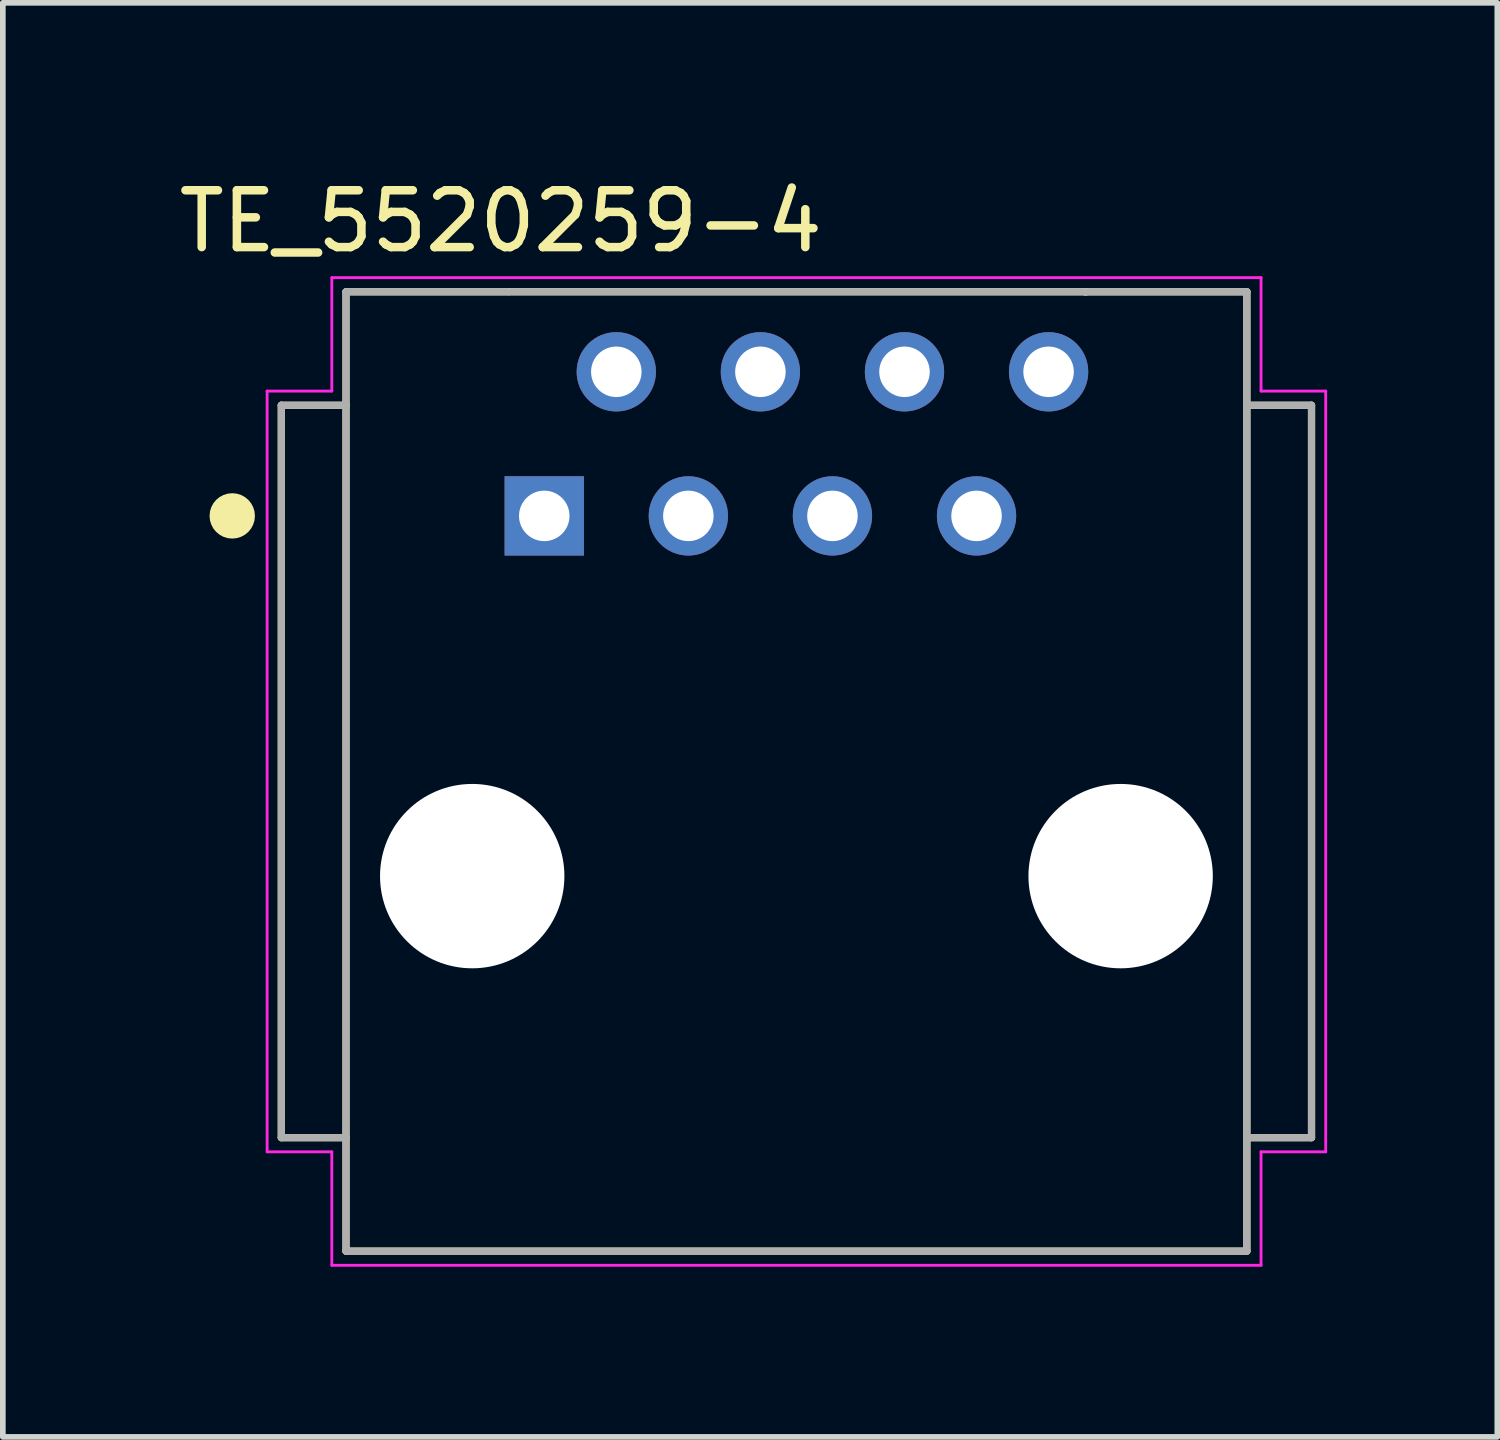
<source format=kicad_pcb>
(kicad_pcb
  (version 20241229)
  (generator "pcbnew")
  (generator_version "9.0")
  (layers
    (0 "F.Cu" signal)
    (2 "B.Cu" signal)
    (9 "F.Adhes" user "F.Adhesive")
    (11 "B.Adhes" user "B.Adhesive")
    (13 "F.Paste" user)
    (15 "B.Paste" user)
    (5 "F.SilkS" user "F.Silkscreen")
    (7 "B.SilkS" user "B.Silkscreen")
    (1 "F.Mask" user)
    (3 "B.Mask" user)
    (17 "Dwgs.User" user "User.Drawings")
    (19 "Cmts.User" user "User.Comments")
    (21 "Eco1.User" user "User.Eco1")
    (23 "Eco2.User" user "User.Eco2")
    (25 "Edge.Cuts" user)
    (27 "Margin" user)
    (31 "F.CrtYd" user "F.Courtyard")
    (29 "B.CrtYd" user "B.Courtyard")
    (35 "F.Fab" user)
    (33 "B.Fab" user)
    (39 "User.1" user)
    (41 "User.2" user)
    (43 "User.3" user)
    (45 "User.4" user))
  (footprint "TE_5520259-4"
    (layer "F.Cu")
    (at 10.989 12.394)
    (property "Reference" "TE_5520259-4" (at -5.211 -11.544 0) (layer "F.SilkS") (effects (font (size 1.002 1.002) (thickness 0.15))))
    (attr through_hole)
    (fp_line (start -9.08 -8.3) (end -9.08 4.61) (stroke (width 0.127) (type solid)) (layer "F.SilkS"))
    (fp_line (start -9.08 4.61) (end -7.94 4.61) (stroke (width 0.127) (type solid)) (layer "F.SilkS"))
    (fp_line (start -7.94 -10.3) (end -7.94 -8.3) (stroke (width 0.127) (type solid)) (layer "F.SilkS"))
    (fp_line (start -7.94 -10.3) (end -5.08 -10.3) (stroke (width 0.127) (type solid)) (layer "F.SilkS"))
    (fp_line (start -7.94 -8.3) (end -9.08 -8.3) (stroke (width 0.127) (type solid)) (layer "F.SilkS"))
    (fp_line (start -7.94 -8.3) (end -7.94 4.61) (stroke (width 0.127) (type solid)) (layer "F.SilkS"))
    (fp_line (start -7.94 4.61) (end -7.94 6.61) (stroke (width 0.127) (type solid)) (layer "F.SilkS"))
    (fp_line (start -7.94 6.61) (end 7.94 6.61) (stroke (width 0.127) (type solid)) (layer "F.SilkS"))
    (fp_line (start -5.066 -10.301) (end 5.104 -10.301) (stroke (width 0.127) (type solid)) (layer "F.SilkS"))
    (fp_line (start 5.104 -10.301) (end 5.104 -10.299) (stroke (width 0.127) (type solid)) (layer "F.SilkS"))
    (fp_line (start 7.94 -10.3) (end 5.08 -10.3) (stroke (width 0.127) (type solid)) (layer "F.SilkS"))
    (fp_line (start 7.94 -8.3) (end 7.94 -10.3) (stroke (width 0.127) (type solid)) (layer "F.SilkS"))
    (fp_line (start 7.94 -8.3) (end 9.08 -8.3) (stroke (width 0.127) (type solid)) (layer "F.SilkS"))
    (fp_line (start 7.94 4.61) (end 7.94 -8.3) (stroke (width 0.127) (type solid)) (layer "F.SilkS"))
    (fp_line (start 7.94 6.61) (end 7.94 4.61) (stroke (width 0.127) (type solid)) (layer "F.SilkS"))
    (fp_line (start 9.08 -8.3) (end 9.08 4.61) (stroke (width 0.127) (type solid)) (layer "F.SilkS"))
    (fp_line (start 9.08 4.61) (end 7.94 4.61) (stroke (width 0.127) (type solid)) (layer "F.SilkS"))
    (fp_circle (center -9.945 -6.35) (end -9.745 -6.35) (stroke (width 0.4) (type solid)) (fill no) (layer "F.SilkS"))
    (fp_line (start -9.33 -8.55) (end -8.19 -8.55) (stroke (width 0.05) (type solid)) (layer "F.CrtYd"))
    (fp_line (start -9.33 4.86) (end -9.33 -8.55) (stroke (width 0.05) (type solid)) (layer "F.CrtYd"))
    (fp_line (start -8.19 -10.55) (end 8.19 -10.55) (stroke (width 0.05) (type solid)) (layer "F.CrtYd"))
    (fp_line (start -8.19 -8.55) (end -8.19 -10.55) (stroke (width 0.05) (type solid)) (layer "F.CrtYd"))
    (fp_line (start -8.19 4.86) (end -9.33 4.86) (stroke (width 0.05) (type solid)) (layer "F.CrtYd"))
    (fp_line (start -8.19 6.86) (end -8.19 4.86) (stroke (width 0.05) (type solid)) (layer "F.CrtYd"))
    (fp_line (start 8.19 -10.55) (end 8.19 -8.55) (stroke (width 0.05) (type solid)) (layer "F.CrtYd"))
    (fp_line (start 8.19 -8.55) (end 9.33 -8.55) (stroke (width 0.05) (type solid)) (layer "F.CrtYd"))
    (fp_line (start 8.19 4.86) (end 8.19 6.86) (stroke (width 0.05) (type solid)) (layer "F.CrtYd"))
    (fp_line (start 8.19 6.86) (end -8.19 6.86) (stroke (width 0.05) (type solid)) (layer "F.CrtYd"))
    (fp_line (start 9.33 -8.55) (end 9.33 4.86) (stroke (width 0.05) (type solid)) (layer "F.CrtYd"))
    (fp_line (start 9.33 4.86) (end 8.19 4.86) (stroke (width 0.05) (type solid)) (layer "F.CrtYd"))
    (fp_line (start -9.08 -8.3) (end -9.08 4.61) (stroke (width 0.127) (type solid)) (layer "F.Fab"))
    (fp_line (start -9.08 4.61) (end -7.94 4.61) (stroke (width 0.127) (type solid)) (layer "F.Fab"))
    (fp_line (start -7.94 -10.3) (end -7.94 -8.3) (stroke (width 0.127) (type solid)) (layer "F.Fab"))
    (fp_line (start -7.94 -8.3) (end -9.08 -8.3) (stroke (width 0.127) (type solid)) (layer "F.Fab"))
    (fp_line (start -7.94 -8.3) (end -7.94 4.61) (stroke (width 0.127) (type solid)) (layer "F.Fab"))
    (fp_line (start -7.94 4.61) (end -7.94 6.61) (stroke (width 0.127) (type solid)) (layer "F.Fab"))
    (fp_line (start -7.94 6.61) (end 7.94 6.61) (stroke (width 0.127) (type solid)) (layer "F.Fab"))
    (fp_line (start 7.94 -10.3) (end -7.94 -10.3) (stroke (width 0.127) (type solid)) (layer "F.Fab"))
    (fp_line (start 7.94 -8.3) (end 7.94 -10.3) (stroke (width 0.127) (type solid)) (layer "F.Fab"))
    (fp_line (start 7.94 -8.3) (end 9.08 -8.3) (stroke (width 0.127) (type solid)) (layer "F.Fab"))
    (fp_line (start 7.94 4.61) (end 7.94 -8.3) (stroke (width 0.127) (type solid)) (layer "F.Fab"))
    (fp_line (start 7.94 6.61) (end 7.94 4.61) (stroke (width 0.127) (type solid)) (layer "F.Fab"))
    (fp_line (start 9.08 -8.3) (end 9.08 4.61) (stroke (width 0.127) (type solid)) (layer "F.Fab"))
    (fp_line (start 9.08 4.61) (end 7.94 4.61) (stroke (width 0.127) (type solid)) (layer "F.Fab"))
    (fp_circle (center -4.445 -6.35) (end -4.245 -6.35) (stroke (width 0.4) (type solid)) (fill no) (layer "F.Fab"))
    (pad "" np_thru_hole circle (at -5.715 0) (size 3.25 3.25) (drill 3.25) (layers "*.Cu" "*.Mask"))
    (pad "" np_thru_hole circle (at 5.715 0) (size 3.25 3.25) (drill 3.25) (layers "*.Cu" "*.Mask"))
    (pad "1" thru_hole rect (at -4.445 -6.35) (size 1.398 1.398) (drill 0.89) (layers "*.Cu" "*.Mask"))
    (pad "2" thru_hole circle (at -3.175 -8.89) (size 1.398 1.398) (drill 0.89) (layers "*.Cu" "*.Mask"))
    (pad "3" thru_hole circle (at -1.905 -6.35) (size 1.398 1.398) (drill 0.89) (layers "*.Cu" "*.Mask"))
    (pad "4" thru_hole circle (at -0.635 -8.89) (size 1.398 1.398) (drill 0.89) (layers "*.Cu" "*.Mask"))
    (pad "5" thru_hole circle (at 0.635 -6.35) (size 1.398 1.398) (drill 0.89) (layers "*.Cu" "*.Mask"))
    (pad "6" thru_hole circle (at 1.905 -8.89) (size 1.398 1.398) (drill 0.89) (layers "*.Cu" "*.Mask"))
    (pad "7" thru_hole circle (at 3.175 -6.35) (size 1.398 1.398) (drill 0.89) (layers "*.Cu" "*.Mask"))
    (pad "8" thru_hole circle (at 4.445 -8.89) (size 1.398 1.398) (drill 0.89) (layers "*.Cu" "*.Mask")))
  (gr_rect
    (start -3 -3)
    (end 23.344 22.279)
    (stroke (width 0.1) (type default))
    (fill no)
    (layer "Edge.Cuts")))
</source>
